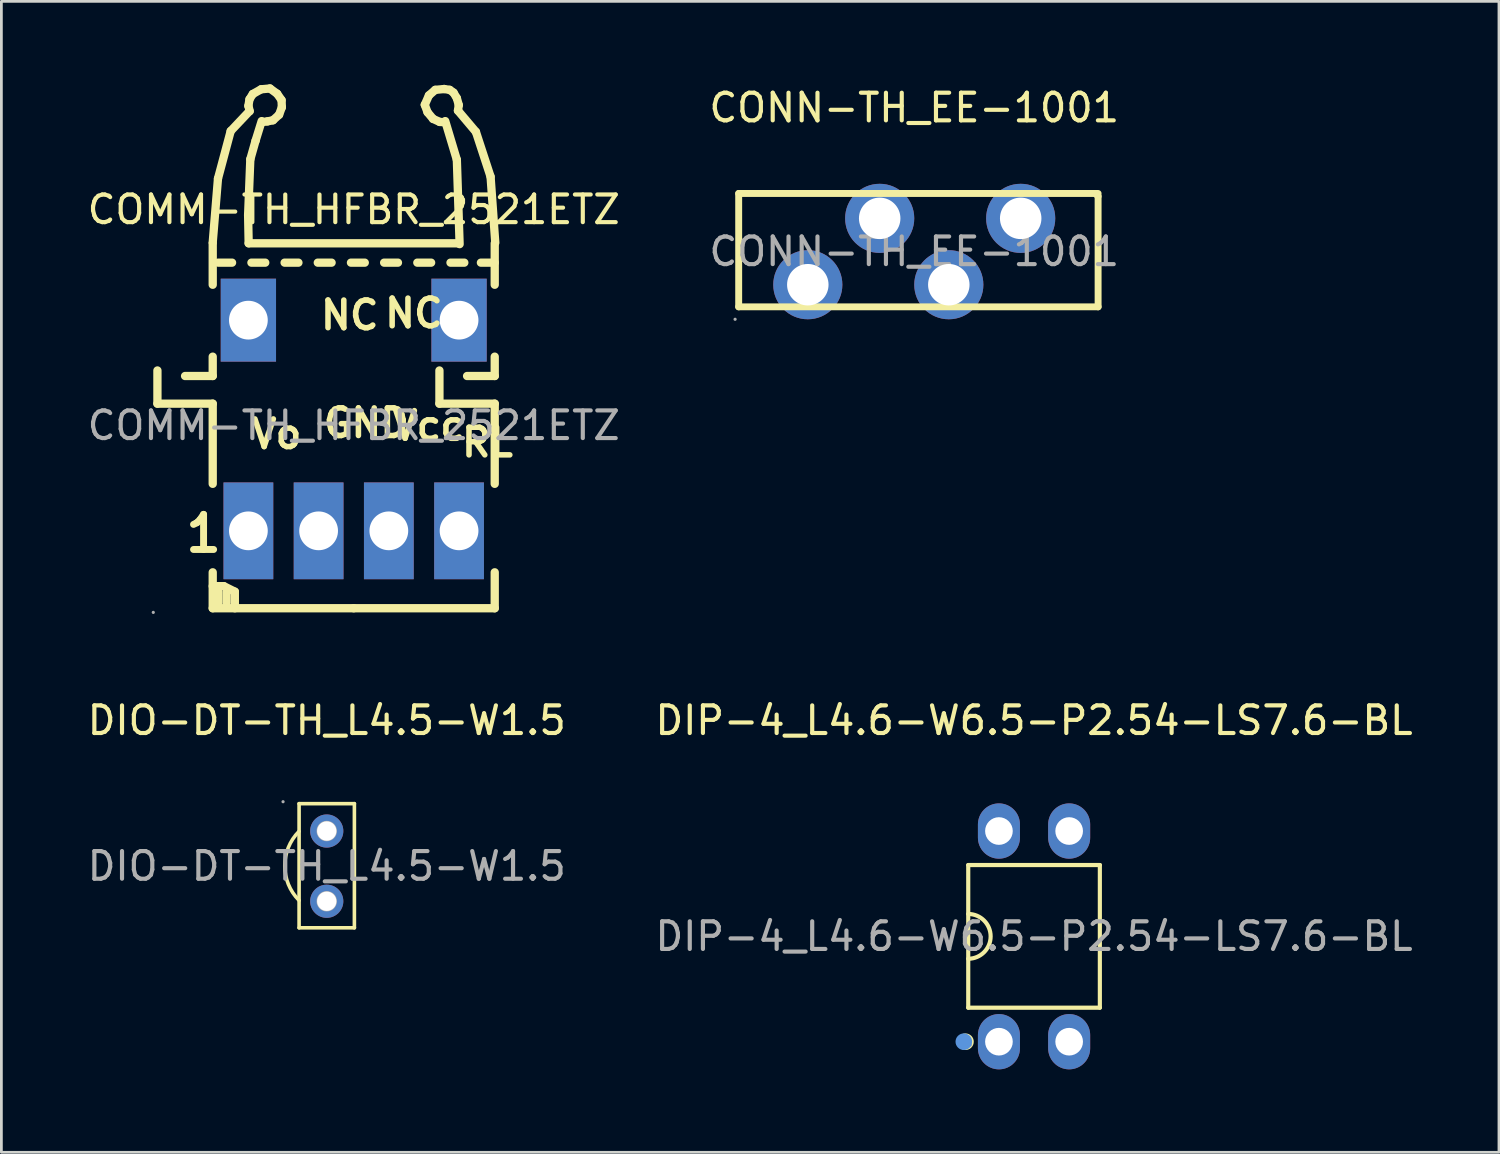
<source format=kicad_pcb>
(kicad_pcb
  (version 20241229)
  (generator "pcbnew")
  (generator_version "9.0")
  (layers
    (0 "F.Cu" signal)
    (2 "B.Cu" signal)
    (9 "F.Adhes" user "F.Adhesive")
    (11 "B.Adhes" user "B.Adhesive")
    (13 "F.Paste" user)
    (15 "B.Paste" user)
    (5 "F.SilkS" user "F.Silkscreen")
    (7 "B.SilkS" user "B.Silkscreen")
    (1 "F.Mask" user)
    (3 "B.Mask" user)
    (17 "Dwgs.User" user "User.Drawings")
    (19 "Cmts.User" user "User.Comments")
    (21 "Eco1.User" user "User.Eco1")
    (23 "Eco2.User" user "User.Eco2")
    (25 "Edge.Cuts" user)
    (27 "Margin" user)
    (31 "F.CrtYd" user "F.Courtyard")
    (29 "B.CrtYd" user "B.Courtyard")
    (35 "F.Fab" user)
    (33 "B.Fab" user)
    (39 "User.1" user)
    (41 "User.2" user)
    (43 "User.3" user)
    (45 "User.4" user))
  (footprint "CONN-TH_EE-1001"
    (layer "F.Cu")
    (at 30.018 6.048)
    (property "Reference" "CONN-TH_EE-1001" (at 0 -5.2 0) (layer "F.SilkS") (effects (font (size 1 1) (thickness 0.15))))
    (attr through_hole)
    (fp_line (start -6.35 -2.1) (end -6.35 2) (stroke (width 0.25) (type solid)) (layer "F.SilkS"))
    (fp_line (start -6.35 -2.1) (end 6.65 -2.1) (stroke (width 0.25) (type solid)) (layer "F.SilkS"))
    (fp_line (start -6.35 2) (end 6.65 2) (stroke (width 0.25) (type solid)) (layer "F.SilkS"))
    (fp_line (start 6.65 -2) (end 6.55 -2.1) (stroke (width 0.25) (type solid)) (layer "F.SilkS"))
    (fp_line (start 6.65 2) (end 6.65 -2) (stroke (width 0.25) (type solid)) (layer "F.SilkS"))
    (fp_circle (center -6.48 2.45) (end -6.45 2.45) (stroke (width 0.06) (type solid)) (fill no) (layer "F.Fab"))
    (fp_circle (center -3.85 1.2) (end -3.52 1.2) (stroke (width 0.65) (type solid)) (fill no) (layer "F.Fab"))
    (fp_circle (center -1.25 -1.2) (end -0.92 -1.2) (stroke (width 0.65) (type solid)) (fill no) (layer "F.Fab"))
    (fp_circle (center 1.25 1.2) (end 1.58 1.2) (stroke (width 0.65) (type solid)) (fill no) (layer "F.Fab"))
    (fp_circle (center 3.85 -1.2) (end 4.18 -1.2) (stroke (width 0.65) (type solid)) (fill no) (layer "F.Fab"))
    (fp_text user "${REFERENCE}" (at 0 0 0) (layer "F.Fab") (effects (font (size 1 1) (thickness 0.15))))
    (pad "1" thru_hole circle (at -3.85 1.2) (size 2.5 2.5) (drill 1.5) (layers "*.Cu" "*.Paste" "*.Mask"))
    (pad "2" thru_hole circle (at -1.25 -1.2) (size 2.5 2.5) (drill 1.5) (layers "*.Cu" "*.Paste" "*.Mask"))
    (pad "3" thru_hole circle (at 1.25 1.2) (size 2.5 2.5) (drill 1.5) (layers "*.Cu" "*.Paste" "*.Mask"))
    (pad "4" thru_hole circle (at 3.85 -1.2) (size 2.5 2.5) (drill 1.5) (layers "*.Cu" "*.Paste" "*.Mask")))
  (footprint "DIP-4_L4.6-W6.5-P2.54-LS7.6-BL"
    (layer "F.Cu")
    (at 34.351 30.818)
    (property "Reference" "DIP-4_L4.6-W6.5-P2.54-LS7.6-BL" (at 0 -7.81 0) (layer "F.SilkS") (effects (font (size 1 1) (thickness 0.15))))
    (attr through_hole)
    (fp_line (start -2.38 -2.58) (end 2.38 -2.58) (stroke (width 0.15) (type solid)) (layer "F.SilkS"))
    (fp_line (start -2.38 2.58) (end -2.38 -2.58) (stroke (width 0.15) (type solid)) (layer "F.SilkS"))
    (fp_line (start 2.38 -2.58) (end 2.38 2.58) (stroke (width 0.15) (type solid)) (layer "F.SilkS"))
    (fp_line (start 2.38 2.58) (end -2.38 2.58) (stroke (width 0.15) (type solid)) (layer "F.SilkS"))
    (fp_arc (start -2.38 -0.81) (mid -1.57 0) (end -2.38 0.81) (stroke (width 0.15) (type solid)) (layer "F.SilkS"))
    (fp_circle (center -2.48 3.81) (end -2.33 3.81) (stroke (width 0.3) (type solid)) (fill no) (layer "F.SilkS"))
    (fp_circle (center -2.54 3.81) (end -2.39 3.81) (stroke (width 0.3) (type solid)) (fill no) (layer "Cmts.User"))
    (fp_circle (center -2.3 3.93) (end -2.27 3.93) (stroke (width 0.06) (type solid)) (fill no) (layer "F.Fab"))
    (fp_text user "${REFERENCE}" (at 0 0 0) (layer "F.Fab") (effects (font (size 1 1) (thickness 0.15))))
    (pad "1" thru_hole oval (at -1.27 3.81) (size 1.52 2) (drill 1) (layers "*.Cu" "*.Paste" "*.Mask"))
    (pad "2" thru_hole oval (at 1.27 3.81) (size 1.52 2) (drill 1) (layers "*.Cu" "*.Paste" "*.Mask"))
    (pad "3" thru_hole oval (at 1.27 -3.81) (size 1.52 2) (drill 1) (layers "*.Cu" "*.Paste" "*.Mask"))
    (pad "4" thru_hole oval (at -1.27 -3.81) (size 1.52 2) (drill 1) (layers "*.Cu" "*.Paste" "*.Mask")))
  (footprint "DIO-DT-TH_L4.5-W1.5"
    (layer "F.Cu")
    (at 8.768 28.278)
    (property "Reference" "DIO-DT-TH_L4.5-W1.5" (at 0 -5.27 0) (layer "F.SilkS") (effects (font (size 1 1) (thickness 0.15))))
    (attr through_hole)
    (fp_line (start -1 -2.26) (end 1 -2.26) (stroke (width 0.13) (type solid)) (layer "F.SilkS"))
    (fp_line (start -1 2.23) (end -1 -2.26) (stroke (width 0.13) (type solid)) (layer "F.SilkS"))
    (fp_line (start 1 -2.26) (end 1 2.23) (stroke (width 0.13) (type solid)) (layer "F.SilkS"))
    (fp_line (start 1 2.23) (end -1 2.23) (stroke (width 0.13) (type solid)) (layer "F.SilkS"))
    (fp_arc (start -1 1.24) (mid -1.517766 -0.00784) (end -1.003051 -1.256942) (stroke (width 0.13) (type solid)) (layer "F.SilkS"))
    (fp_circle (center -1.58 -2.33) (end -1.55 -2.33) (stroke (width 0.06) (type solid)) (fill no) (layer "F.Fab"))
    (fp_circle (center 0 -1.27) (end 0.12 -1.27) (stroke (width 0.25) (type solid)) (fill no) (layer "F.Fab"))
    (fp_circle (center 0 1.27) (end 0.12 1.27) (stroke (width 0.25) (type solid)) (fill no) (layer "F.Fab"))
    (fp_text user "${REFERENCE}" (at 0 0 0) (layer "F.Fab") (effects (font (size 1 1) (thickness 0.15))))
    (pad "1" thru_hole circle (at 0 -1.27 90) (size 1.2 1.2) (drill 0.7) (layers "*.Cu" "*.Paste" "*.Mask"))
    (pad "2" thru_hole circle (at 0 1.27 90) (size 1.2 1.2) (drill 0.7) (layers "*.Cu" "*.Paste" "*.Mask")))
  (footprint "COMM-TH_HFBR_2521ETZ"
    (layer "F.Cu")
    (at 9.744 12.34)
    (property "Reference" "COMM-TH_HFBR_2521ETZ" (at 0 -7.81 0) (layer "F.SilkS") (effects (font (size 1 1) (thickness 0.15))))
    (attr through_hole)
    (fp_line (start -7.1 -0.79) (end -7.1 -1.99) (stroke (width 0.3) (type solid)) (layer "F.SilkS"))
    (fp_line (start -6.1 -1.79) (end -5.1 -1.79) (stroke (width 0.3) (type solid)) (layer "F.SilkS"))
    (fp_line (start -5.1 -6.62) (end -4.91 -8.93) (stroke (width 0.3) (type solid)) (layer "F.SilkS"))
    (fp_line (start -5.1 -6.59) (end -5.1 -5.09) (stroke (width 0.3) (type solid)) (layer "F.SilkS"))
    (fp_line (start -5.1 -1.79) (end -5.1 -2.49) (stroke (width 0.3) (type solid)) (layer "F.SilkS"))
    (fp_line (start -5.1 -0.79) (end -7.1 -0.79) (stroke (width 0.3) (type solid)) (layer "F.SilkS"))
    (fp_line (start -5.1 -0.79) (end -5.1 2.11) (stroke (width 0.3) (type solid)) (layer "F.SilkS"))
    (fp_line (start -5.1 5.81) (end -4.7 5.81) (stroke (width 0.3) (type solid)) (layer "F.SilkS"))
    (fp_line (start -5.1 6.61) (end -5.1 5.31) (stroke (width 0.3) (type solid)) (layer "F.SilkS"))
    (fp_line (start -4.91 -8.93) (end -4.45 -10.65) (stroke (width 0.3) (type solid)) (layer "F.SilkS"))
    (fp_line (start -4.9 6.01) (end -4.9 6.51) (stroke (width 0.3) (type solid)) (layer "F.SilkS"))
    (fp_line (start -4.7 5.81) (end -4.3 6.01) (stroke (width 0.3) (type solid)) (layer "F.SilkS"))
    (fp_line (start -4.6 6.01) (end -4.6 6.41) (stroke (width 0.3) (type solid)) (layer "F.SilkS"))
    (fp_line (start -4.45 -10.65) (end -3.77 -11.37) (stroke (width 0.3) (type solid)) (layer "F.SilkS"))
    (fp_line (start -4.4 -5.89) (end -4.9 -5.89) (stroke (width 0.3) (type solid)) (layer "F.SilkS"))
    (fp_line (start -4.3 6.01) (end -4.3 6.61) (stroke (width 0.3) (type solid)) (layer "F.SilkS"))
    (fp_line (start -3.82 -7.61) (end -3.74 -9.63) (stroke (width 0.3) (type solid)) (layer "F.SilkS"))
    (fp_line (start -3.81 -11.56) (end -3.76 -11.37) (stroke (width 0.3) (type solid)) (layer "F.SilkS"))
    (fp_line (start -3.8 -6.59) (end -3.82 -7.61) (stroke (width 0.3) (type solid)) (layer "F.SilkS"))
    (fp_line (start -3.77 -11.8) (end -3.81 -11.56) (stroke (width 0.3) (type solid)) (layer "F.SilkS"))
    (fp_line (start -3.74 -9.63) (end -3.55 -10.3) (stroke (width 0.3) (type solid)) (layer "F.SilkS"))
    (fp_line (start -3.65 -11.99) (end -3.77 -11.8) (stroke (width 0.3) (type solid)) (layer "F.SilkS"))
    (fp_line (start -3.55 -10.3) (end -3.33 -11.01) (stroke (width 0.3) (type solid)) (layer "F.SilkS"))
    (fp_line (start -3.35 -12.16) (end -3.65 -11.99) (stroke (width 0.3) (type solid)) (layer "F.SilkS"))
    (fp_line (start -3.27 -10.98) (end -3.12 -11) (stroke (width 0.3) (type solid)) (layer "F.SilkS"))
    (fp_line (start -3.2 -5.89) (end -3.7 -5.89) (stroke (width 0.3) (type solid)) (layer "F.SilkS"))
    (fp_line (start -3.12 -11) (end -2.92 -11.04) (stroke (width 0.3) (type solid)) (layer "F.SilkS"))
    (fp_line (start -3.03 -12.19) (end -3.35 -12.16) (stroke (width 0.3) (type solid)) (layer "F.SilkS"))
    (fp_line (start -2.92 -11.04) (end -2.7 -11.24) (stroke (width 0.3) (type solid)) (layer "F.SilkS"))
    (fp_line (start -2.77 -12) (end -3.03 -12.19) (stroke (width 0.3) (type solid)) (layer "F.SilkS"))
    (fp_line (start -2.7 -11.24) (end -2.6 -11.51) (stroke (width 0.3) (type solid)) (layer "F.SilkS"))
    (fp_line (start -2.61 -11.77) (end -2.77 -12) (stroke (width 0.3) (type solid)) (layer "F.SilkS"))
    (fp_line (start -2.6 -11.51) (end -2.61 -11.77) (stroke (width 0.3) (type solid)) (layer "F.SilkS"))
    (fp_line (start -2 -5.89) (end -2.5 -5.89) (stroke (width 0.3) (type solid)) (layer "F.SilkS"))
    (fp_line (start -0.8 -5.89) (end -1.3 -5.89) (stroke (width 0.3) (type solid)) (layer "F.SilkS"))
    (fp_line (start 0 6.61) (end -5.1 6.61) (stroke (width 0.3) (type solid)) (layer "F.SilkS"))
    (fp_line (start 0 6.61) (end 5.1 6.61) (stroke (width 0.3) (type solid)) (layer "F.SilkS"))
    (fp_line (start 0.4 -5.89) (end -0.1 -5.89) (stroke (width 0.3) (type solid)) (layer "F.SilkS"))
    (fp_line (start 1.6 -5.89) (end 1.1 -5.89) (stroke (width 0.3) (type solid)) (layer "F.SilkS"))
    (fp_line (start 2.57 -11.6) (end 2.67 -11.33) (stroke (width 0.3) (type solid)) (layer "F.SilkS"))
    (fp_line (start 2.67 -11.33) (end 2.87 -11.09) (stroke (width 0.3) (type solid)) (layer "F.SilkS"))
    (fp_line (start 2.72 -11.94) (end 2.57 -11.6) (stroke (width 0.3) (type solid)) (layer "F.SilkS"))
    (fp_line (start 2.8 -5.89) (end 2.3 -5.89) (stroke (width 0.3) (type solid)) (layer "F.SilkS"))
    (fp_line (start 2.87 -11.09) (end 3.11 -10.98) (stroke (width 0.3) (type solid)) (layer "F.SilkS"))
    (fp_line (start 2.95 -12.14) (end 2.72 -11.94) (stroke (width 0.3) (type solid)) (layer "F.SilkS"))
    (fp_line (start 3.1 -0.79) (end 3.1 -1.99) (stroke (width 0.3) (type solid)) (layer "F.SilkS"))
    (fp_line (start 3.11 -10.98) (end 3.27 -10.97) (stroke (width 0.3) (type solid)) (layer "F.SilkS"))
    (fp_line (start 3.27 -12.17) (end 2.95 -12.14) (stroke (width 0.3) (type solid)) (layer "F.SilkS"))
    (fp_line (start 3.47 -12.14) (end 3.27 -12.17) (stroke (width 0.3) (type solid)) (layer "F.SilkS"))
    (fp_line (start 3.61 -12.04) (end 3.47 -12.14) (stroke (width 0.3) (type solid)) (layer "F.SilkS"))
    (fp_line (start 3.73 -11.84) (end 3.61 -12.04) (stroke (width 0.3) (type solid)) (layer "F.SilkS"))
    (fp_line (start 3.73 -9.61) (end 3.31 -11.01) (stroke (width 0.3) (type solid)) (layer "F.SilkS"))
    (fp_line (start 3.77 -11.39) (end 3.8 -11.59) (stroke (width 0.3) (type solid)) (layer "F.SilkS"))
    (fp_line (start 3.8 -11.59) (end 3.73 -11.84) (stroke (width 0.3) (type solid)) (layer "F.SilkS"))
    (fp_line (start 3.8 -6.59) (end -3.8 -6.59) (stroke (width 0.3) (type solid)) (layer "F.SilkS"))
    (fp_line (start 3.83 -6.56) (end 3.73 -9.61) (stroke (width 0.3) (type solid)) (layer "F.SilkS"))
    (fp_line (start 4 -5.89) (end 3.5 -5.89) (stroke (width 0.3) (type solid)) (layer "F.SilkS"))
    (fp_line (start 4.1 -1.79) (end 5.1 -1.79) (stroke (width 0.3) (type solid)) (layer "F.SilkS"))
    (fp_line (start 4.42 -10.62) (end 3.77 -11.39) (stroke (width 0.3) (type solid)) (layer "F.SilkS"))
    (fp_line (start 4.95 -9) (end 4.42 -10.62) (stroke (width 0.3) (type solid)) (layer "F.SilkS"))
    (fp_line (start 5.1 -5.89) (end 4.6 -5.89) (stroke (width 0.3) (type solid)) (layer "F.SilkS"))
    (fp_line (start 5.1 -5.09) (end 5.1 -6.59) (stroke (width 0.3) (type solid)) (layer "F.SilkS"))
    (fp_line (start 5.1 -1.79) (end 5.1 -2.49) (stroke (width 0.3) (type solid)) (layer "F.SilkS"))
    (fp_line (start 5.1 -0.79) (end 3.1 -0.79) (stroke (width 0.3) (type solid)) (layer "F.SilkS"))
    (fp_line (start 5.1 2.11) (end 5.1 -0.79) (stroke (width 0.3) (type solid)) (layer "F.SilkS"))
    (fp_line (start 5.1 6.61) (end 5.1 5.31) (stroke (width 0.3) (type solid)) (layer "F.SilkS"))
    (fp_line (start 5.12 -6.61) (end 4.95 -9) (stroke (width 0.3) (type solid)) (layer "F.SilkS"))
    (fp_circle (center -7.25 6.76) (end -7.22 6.76) (stroke (width 0.06) (type solid)) (fill no) (layer "F.Fab"))
    (fp_circle (center -3.81 -3.81) (end -3.51 -3.81) (stroke (width 0.6) (type solid)) (fill no) (layer "F.Fab"))
    (fp_circle (center -3.81 3.81) (end -3.51 3.81) (stroke (width 0.6) (type solid)) (fill no) (layer "F.Fab"))
    (fp_circle (center -1.27 3.81) (end -0.97 3.81) (stroke (width 0.6) (type solid)) (fill no) (layer "F.Fab"))
    (fp_circle (center 1.27 3.81) (end 1.57 3.81) (stroke (width 0.6) (type solid)) (fill no) (layer "F.Fab"))
    (fp_circle (center 3.81 -3.81) (end 4.11 -3.81) (stroke (width 0.6) (type solid)) (fill no) (layer "F.Fab"))
    (fp_circle (center 3.81 3.81) (end 4.11 3.81) (stroke (width 0.6) (type solid)) (fill no) (layer "F.Fab"))
    (fp_text user "NC" (at -1.3 -3.99 0) (layer "F.SilkS") (effects (font (size 1 1) (thickness 0.2)) (justify left)))
    (fp_text user "Vo" (at -3.8 0.31 0) (layer "F.SilkS") (effects (font (size 1 1) (thickness 0.2)) (justify left)))
    (fp_text user "NC" (at 1.02 -4.06 0) (layer "F.SilkS") (effects (font (size 1 1) (thickness 0.2)) (justify left)))
    (fp_text user "GND" (at -1.2 -0.09 0) (layer "F.SilkS") (effects (font (size 1 1) (thickness 0.2)) (justify left)))
    (fp_text user "RL" (at 3.8 0.61 0) (layer "F.SilkS") (effects (font (size 1 1) (thickness 0.2)) (justify left)))
    (fp_text user "1" (at -6.2 3.91 0) (layer "F.SilkS") (effects (font (size 1.27 1.27) (thickness 0.25)) (justify left)))
    (fp_text user "Vcc" (at 1.3 0.01 0) (layer "F.SilkS") (effects (font (size 1 1) (thickness 0.2)) (justify left)))
    (fp_text user "${REFERENCE}" (at 0 0 0) (layer "F.Fab") (effects (font (size 1 1) (thickness 0.15))))
    (pad "1" thru_hole rect (at -3.81 3.81) (size 1.8 3.5) (drill 1.402) (layers "*.Cu" "*.Paste" "*.Mask"))
    (pad "2" thru_hole rect (at -1.27 3.81) (size 1.8 3.5) (drill 1.402) (layers "*.Cu" "*.Paste" "*.Mask"))
    (pad "3" thru_hole rect (at 1.27 3.81) (size 1.8 3.5) (drill 1.402) (layers "*.Cu" "*.Paste" "*.Mask"))
    (pad "4" thru_hole rect (at 3.81 3.81) (size 1.8 3.5) (drill 1.402) (layers "*.Cu" "*.Paste" "*.Mask"))
    (pad "5" thru_hole rect (at 3.81 -3.81) (size 2 3) (drill 1.402) (layers "*.Cu" "*.Paste" "*.Mask"))
    (pad "8" thru_hole rect (at -3.81 -3.81) (size 2 3) (drill 1.402) (layers "*.Cu" "*.Paste" "*.Mask")))
  (gr_rect
    (start -3 -3)
    (end 51.167 38.628)
    (stroke (width 0.1) (type default))
    (fill no)
    (layer "Edge.Cuts")))
</source>
